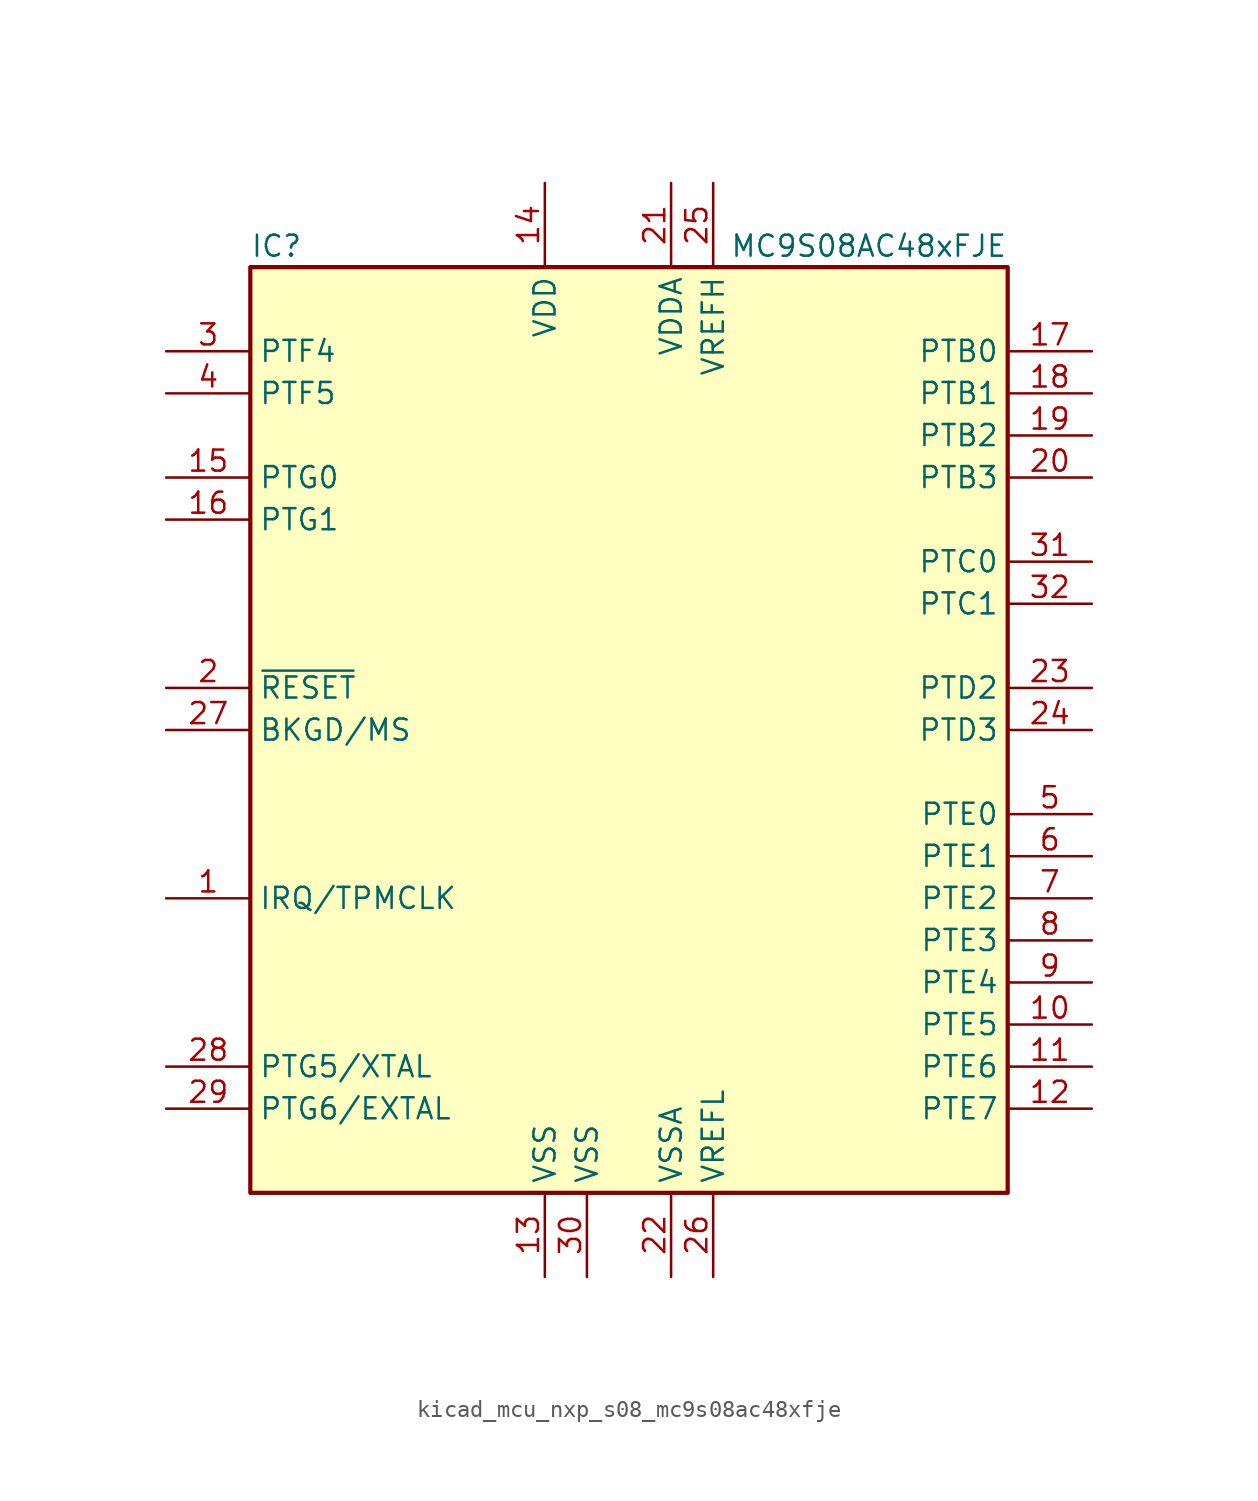
<source format=kicad_sym>
(kicad_symbol_lib
  (version 20220914)
  (generator kicad_symbol_editor)
  (symbol "kicad_mcu_nxp_s08_mc9s08ac48xfje"
    (property "Reference" "IC"
      (at -22.86 29.21 0)
      (effects (font (size 1.27 1.27)) (justify left)))
    (property "Value" "MC9S08AC48xFJE"
      (at 22.86 29.21 0)
      (effects (font (size 1.27 1.27)) (justify right)))
    (symbol "kicad_mcu_nxp_s08_mc9s08ac48xfje_0_1"
      (rectangle (start -22.86 27.94) (end 22.86 -27.94) (stroke (width 0.254) (type default)) (fill (type background))))
    (symbol "kicad_mcu_nxp_s08_mc9s08ac48xfje_1_1"
      (pin input line (at -27.94 -10.16 0) (length 5.08) (name "IRQ/TPMCLK" (effects (font (size 1.27 1.27)))) (number "1" (effects (font (size 1.27 1.27)))))
      (pin bidirectional line (at 27.94 -17.78 180) (length 5.08) (name "PTE5" (effects (font (size 1.27 1.27)))) (number "10" (effects (font (size 1.27 1.27)))))
      (pin bidirectional line (at 27.94 -20.32 180) (length 5.08) (name "PTE6" (effects (font (size 1.27 1.27)))) (number "11" (effects (font (size 1.27 1.27)))))
      (pin bidirectional line (at 27.94 -22.86 180) (length 5.08) (name "PTE7" (effects (font (size 1.27 1.27)))) (number "12" (effects (font (size 1.27 1.27)))))
      (pin power_in line (at -5.08 -33.02 90) (length 5.08) (name "VSS" (effects (font (size 1.27 1.27)))) (number "13" (effects (font (size 1.27 1.27)))))
      (pin power_in line (at -5.08 33.02 270) (length 5.08) (name "VDD" (effects (font (size 1.27 1.27)))) (number "14" (effects (font (size 1.27 1.27)))))
      (pin bidirectional line (at -27.94 15.24 0) (length 5.08) (name "PTG0" (effects (font (size 1.27 1.27)))) (number "15" (effects (font (size 1.27 1.27)))))
      (pin bidirectional line (at -27.94 12.7 0) (length 5.08) (name "PTG1" (effects (font (size 1.27 1.27)))) (number "16" (effects (font (size 1.27 1.27)))))
      (pin bidirectional line (at 27.94 22.86 180) (length 5.08) (name "PTB0" (effects (font (size 1.27 1.27)))) (number "17" (effects (font (size 1.27 1.27)))))
      (pin bidirectional line (at 27.94 20.32 180) (length 5.08) (name "PTB1" (effects (font (size 1.27 1.27)))) (number "18" (effects (font (size 1.27 1.27)))))
      (pin bidirectional line (at 27.94 17.78 180) (length 5.08) (name "PTB2" (effects (font (size 1.27 1.27)))) (number "19" (effects (font (size 1.27 1.27)))))
      (pin input line (at -27.94 2.54 0) (length 5.08) (name "~{RESET}" (effects (font (size 1.27 1.27)))) (number "2" (effects (font (size 1.27 1.27)))))
      (pin bidirectional line (at 27.94 15.24 180) (length 5.08) (name "PTB3" (effects (font (size 1.27 1.27)))) (number "20" (effects (font (size 1.27 1.27)))))
      (pin power_in line (at 2.54 33.02 270) (length 5.08) (name "VDDA" (effects (font (size 1.27 1.27)))) (number "21" (effects (font (size 1.27 1.27)))))
      (pin power_in line (at 2.54 -33.02 90) (length 5.08) (name "VSSA" (effects (font (size 1.27 1.27)))) (number "22" (effects (font (size 1.27 1.27)))))
      (pin bidirectional line (at 27.94 2.54 180) (length 5.08) (name "PTD2" (effects (font (size 1.27 1.27)))) (number "23" (effects (font (size 1.27 1.27)))))
      (pin bidirectional line (at 27.94 0 180) (length 5.08) (name "PTD3" (effects (font (size 1.27 1.27)))) (number "24" (effects (font (size 1.27 1.27)))))
      (pin power_in line (at 5.08 33.02 270) (length 5.08) (name "VREFH" (effects (font (size 1.27 1.27)))) (number "25" (effects (font (size 1.27 1.27)))))
      (pin power_in line (at 5.08 -33.02 90) (length 5.08) (name "VREFL" (effects (font (size 1.27 1.27)))) (number "26" (effects (font (size 1.27 1.27)))))
      (pin bidirectional line (at -27.94 0 0) (length 5.08) (name "BKGD/MS" (effects (font (size 1.27 1.27)))) (number "27" (effects (font (size 1.27 1.27)))))
      (pin bidirectional line (at -27.94 -20.32 0) (length 5.08) (name "PTG5/XTAL" (effects (font (size 1.27 1.27)))) (number "28" (effects (font (size 1.27 1.27)))))
      (pin bidirectional line (at -27.94 -22.86 0) (length 5.08) (name "PTG6/EXTAL" (effects (font (size 1.27 1.27)))) (number "29" (effects (font (size 1.27 1.27)))))
      (pin bidirectional line (at -27.94 22.86 0) (length 5.08) (name "PTF4" (effects (font (size 1.27 1.27)))) (number "3" (effects (font (size 1.27 1.27)))))
      (pin power_in line (at -2.54 -33.02 90) (length 5.08) (name "VSS" (effects (font (size 1.27 1.27)))) (number "30" (effects (font (size 1.27 1.27)))))
      (pin bidirectional line (at 27.94 10.16 180) (length 5.08) (name "PTC0" (effects (font (size 1.27 1.27)))) (number "31" (effects (font (size 1.27 1.27)))))
      (pin bidirectional line (at 27.94 7.62 180) (length 5.08) (name "PTC1" (effects (font (size 1.27 1.27)))) (number "32" (effects (font (size 1.27 1.27)))))
      (pin bidirectional line (at -27.94 20.32 0) (length 5.08) (name "PTF5" (effects (font (size 1.27 1.27)))) (number "4" (effects (font (size 1.27 1.27)))))
      (pin bidirectional line (at 27.94 -5.08 180) (length 5.08) (name "PTE0" (effects (font (size 1.27 1.27)))) (number "5" (effects (font (size 1.27 1.27)))))
      (pin bidirectional line (at 27.94 -7.62 180) (length 5.08) (name "PTE1" (effects (font (size 1.27 1.27)))) (number "6" (effects (font (size 1.27 1.27)))))
      (pin bidirectional line (at 27.94 -10.16 180) (length 5.08) (name "PTE2" (effects (font (size 1.27 1.27)))) (number "7" (effects (font (size 1.27 1.27)))))
      (pin bidirectional line (at 27.94 -12.7 180) (length 5.08) (name "PTE3" (effects (font (size 1.27 1.27)))) (number "8" (effects (font (size 1.27 1.27)))))
      (pin bidirectional line (at 27.94 -15.24 180) (length 5.08) (name "PTE4" (effects (font (size 1.27 1.27)))) (number "9" (effects (font (size 1.27 1.27))))))))
</source>
